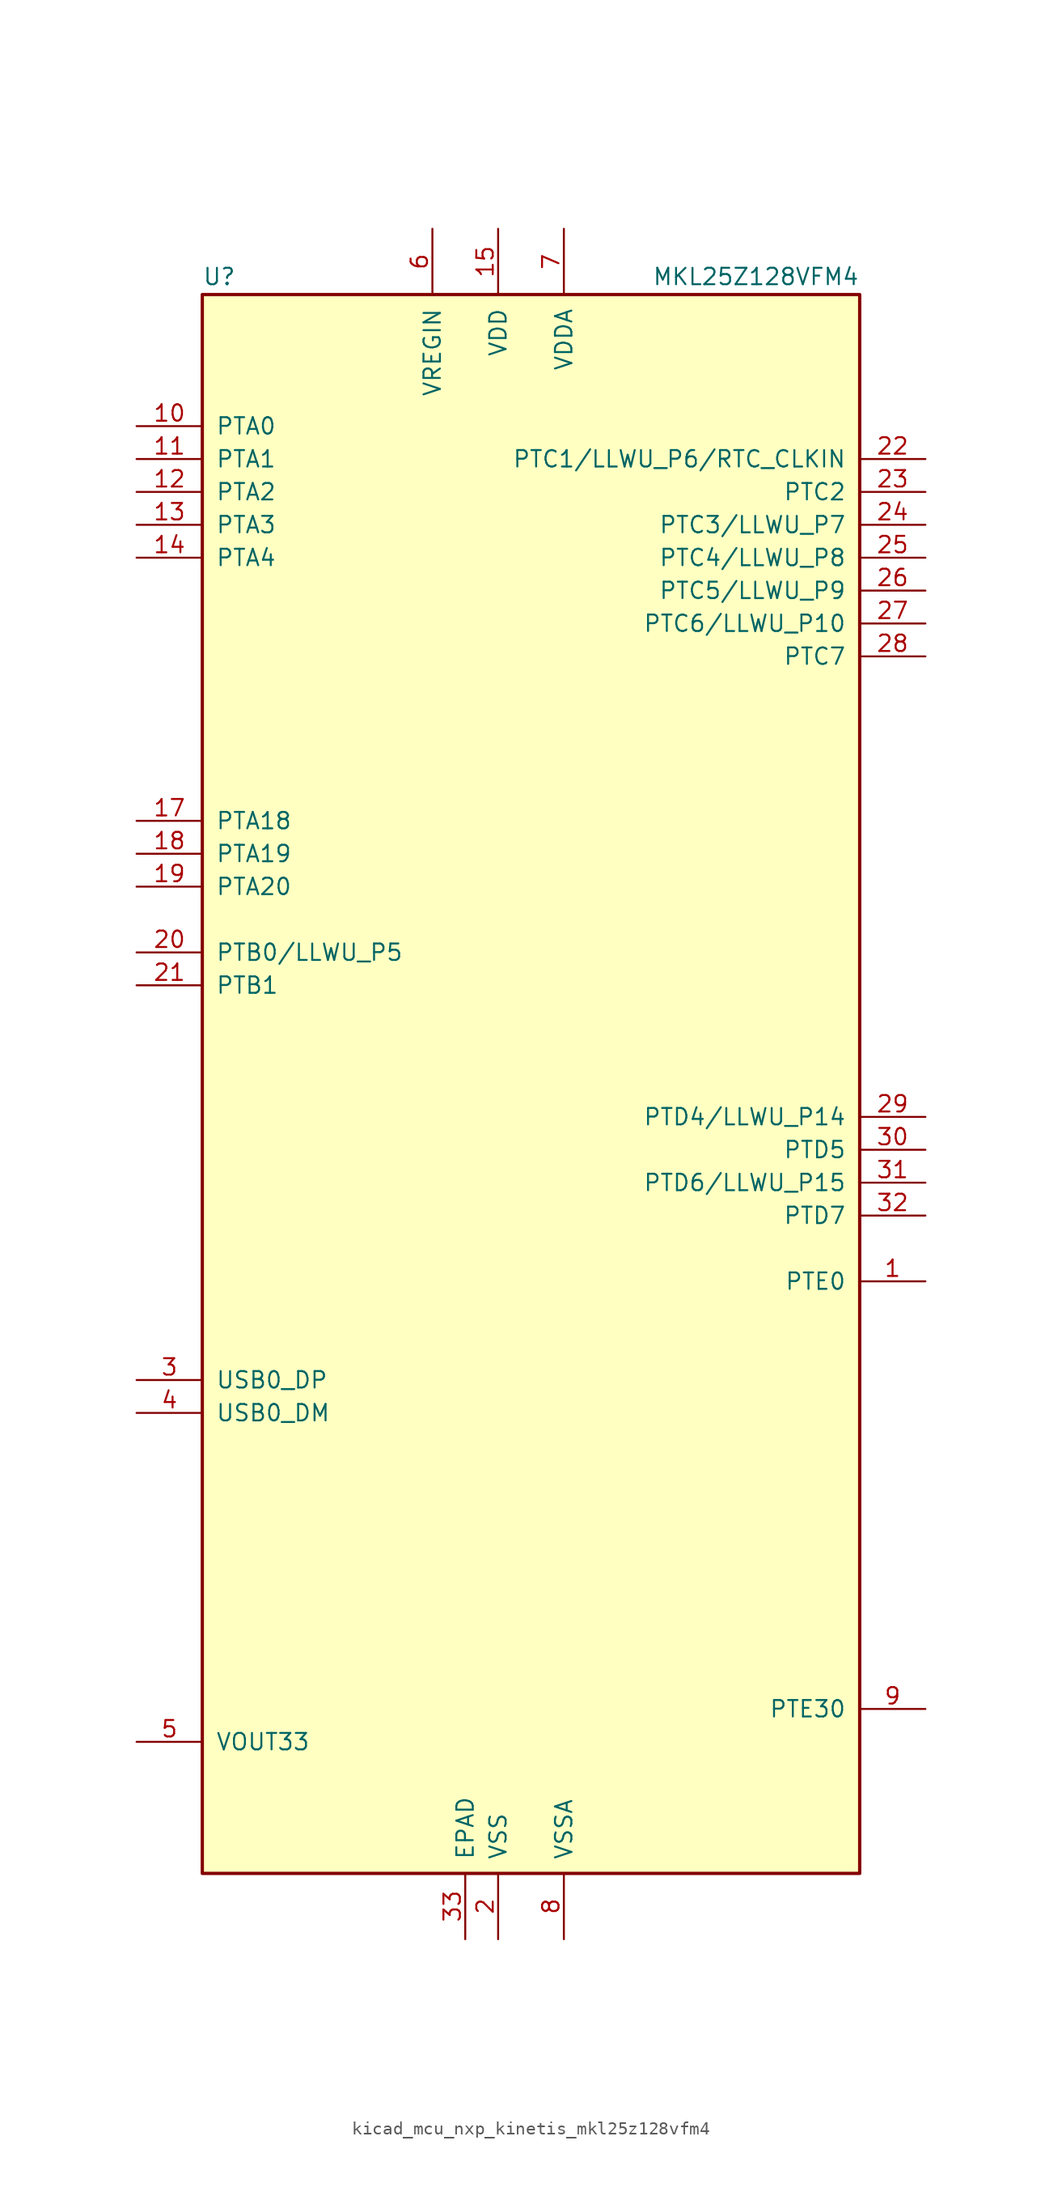
<source format=kicad_sym>
(kicad_symbol_lib
  (version 20220914)
  (generator kicad_symbol_editor)
  (symbol "kicad_mcu_nxp_kinetis_mkl25z128vfm4"
    (pin_names
      (offset 1.016))
    (property "Reference" "U"
      (at -25.4 61.595 0)
      (effects (font (size 1.27 1.27)) (justify left bottom)))
    (property "Value" "MKL25Z128VFM4"
      (at 25.4 61.595 0)
      (effects (font (size 1.27 1.27)) (justify right bottom)))
    (symbol "kicad_mcu_nxp_kinetis_mkl25z128vfm4_0_1"
      (rectangle (start -25.4 60.96) (end 25.4 -60.96) (stroke (width 0.254) (type default)) (fill (type background))))
    (symbol "kicad_mcu_nxp_kinetis_mkl25z128vfm4_1_1"
      (pin bidirectional line (at 30.48 -15.24 180) (length 5.08) (name "PTE0" (effects (font (size 1.27 1.27)))) (number "1" (effects (font (size 1.27 1.27)))))
      (pin bidirectional line (at -30.48 50.8 0) (length 5.08) (name "PTA0" (effects (font (size 1.27 1.27)))) (number "10" (effects (font (size 1.27 1.27)))))
      (pin bidirectional line (at -30.48 48.26 0) (length 5.08) (name "PTA1" (effects (font (size 1.27 1.27)))) (number "11" (effects (font (size 1.27 1.27)))))
      (pin bidirectional line (at -30.48 45.72 0) (length 5.08) (name "PTA2" (effects (font (size 1.27 1.27)))) (number "12" (effects (font (size 1.27 1.27)))))
      (pin bidirectional line (at -30.48 43.18 0) (length 5.08) (name "PTA3" (effects (font (size 1.27 1.27)))) (number "13" (effects (font (size 1.27 1.27)))))
      (pin bidirectional line (at -30.48 40.64 0) (length 5.08) (name "PTA4" (effects (font (size 1.27 1.27)))) (number "14" (effects (font (size 1.27 1.27)))))
      (pin power_in line (at -2.54 66.04 270) (length 5.08) (name "VDD" (effects (font (size 1.27 1.27)))) (number "15" (effects (font (size 1.27 1.27)))))
      (pin passive line (at -2.54 -66.04 90) (length 5.08) hide (name "VSS" (effects (font (size 1.27 1.27)))) (number "16" (effects (font (size 1.27 1.27)))))
      (pin bidirectional line (at -30.48 20.32 0) (length 5.08) (name "PTA18" (effects (font (size 1.27 1.27)))) (number "17" (effects (font (size 1.27 1.27)))))
      (pin bidirectional line (at -30.48 17.78 0) (length 5.08) (name "PTA19" (effects (font (size 1.27 1.27)))) (number "18" (effects (font (size 1.27 1.27)))))
      (pin bidirectional line (at -30.48 15.24 0) (length 5.08) (name "PTA20" (effects (font (size 1.27 1.27)))) (number "19" (effects (font (size 1.27 1.27)))))
      (pin power_in line (at -2.54 -66.04 90) (length 5.08) (name "VSS" (effects (font (size 1.27 1.27)))) (number "2" (effects (font (size 1.27 1.27)))))
      (pin bidirectional line (at -30.48 10.16 0) (length 5.08) (name "PTB0/LLWU_P5" (effects (font (size 1.27 1.27)))) (number "20" (effects (font (size 1.27 1.27)))))
      (pin bidirectional line (at -30.48 7.62 0) (length 5.08) (name "PTB1" (effects (font (size 1.27 1.27)))) (number "21" (effects (font (size 1.27 1.27)))))
      (pin bidirectional line (at 30.48 48.26 180) (length 5.08) (name "PTC1/LLWU_P6/RTC_CLKIN" (effects (font (size 1.27 1.27)))) (number "22" (effects (font (size 1.27 1.27)))))
      (pin bidirectional line (at 30.48 45.72 180) (length 5.08) (name "PTC2" (effects (font (size 1.27 1.27)))) (number "23" (effects (font (size 1.27 1.27)))))
      (pin bidirectional line (at 30.48 43.18 180) (length 5.08) (name "PTC3/LLWU_P7" (effects (font (size 1.27 1.27)))) (number "24" (effects (font (size 1.27 1.27)))))
      (pin bidirectional line (at 30.48 40.64 180) (length 5.08) (name "PTC4/LLWU_P8" (effects (font (size 1.27 1.27)))) (number "25" (effects (font (size 1.27 1.27)))))
      (pin bidirectional line (at 30.48 38.1 180) (length 5.08) (name "PTC5/LLWU_P9" (effects (font (size 1.27 1.27)))) (number "26" (effects (font (size 1.27 1.27)))))
      (pin bidirectional line (at 30.48 35.56 180) (length 5.08) (name "PTC6/LLWU_P10" (effects (font (size 1.27 1.27)))) (number "27" (effects (font (size 1.27 1.27)))))
      (pin bidirectional line (at 30.48 33.02 180) (length 5.08) (name "PTC7" (effects (font (size 1.27 1.27)))) (number "28" (effects (font (size 1.27 1.27)))))
      (pin bidirectional line (at 30.48 -2.54 180) (length 5.08) (name "PTD4/LLWU_P14" (effects (font (size 1.27 1.27)))) (number "29" (effects (font (size 1.27 1.27)))))
      (pin bidirectional line (at -30.48 -22.86 0) (length 5.08) (name "USB0_DP" (effects (font (size 1.27 1.27)))) (number "3" (effects (font (size 1.27 1.27)))))
      (pin bidirectional line (at 30.48 -5.08 180) (length 5.08) (name "PTD5" (effects (font (size 1.27 1.27)))) (number "30" (effects (font (size 1.27 1.27)))))
      (pin bidirectional line (at 30.48 -7.62 180) (length 5.08) (name "PTD6/LLWU_P15" (effects (font (size 1.27 1.27)))) (number "31" (effects (font (size 1.27 1.27)))))
      (pin bidirectional line (at 30.48 -10.16 180) (length 5.08) (name "PTD7" (effects (font (size 1.27 1.27)))) (number "32" (effects (font (size 1.27 1.27)))))
      (pin power_in line (at -5.08 -66.04 90) (length 5.08) (name "EPAD" (effects (font (size 1.27 1.27)))) (number "33" (effects (font (size 1.27 1.27)))))
      (pin bidirectional line (at -30.48 -25.4 0) (length 5.08) (name "USB0_DM" (effects (font (size 1.27 1.27)))) (number "4" (effects (font (size 1.27 1.27)))))
      (pin power_out line (at -30.48 -50.8 0) (length 5.08) (name "VOUT33" (effects (font (size 1.27 1.27)))) (number "5" (effects (font (size 1.27 1.27)))))
      (pin power_in line (at -7.62 66.04 270) (length 5.08) (name "VREGIN" (effects (font (size 1.27 1.27)))) (number "6" (effects (font (size 1.27 1.27)))))
      (pin power_in line (at 2.54 66.04 270) (length 5.08) (name "VDDA" (effects (font (size 1.27 1.27)))) (number "7" (effects (font (size 1.27 1.27)))))
      (pin power_in line (at 2.54 -66.04 90) (length 5.08) (name "VSSA" (effects (font (size 1.27 1.27)))) (number "8" (effects (font (size 1.27 1.27)))))
      (pin bidirectional line (at 30.48 -48.26 180) (length 5.08) (name "PTE30" (effects (font (size 1.27 1.27)))) (number "9" (effects (font (size 1.27 1.27))))))))
</source>
